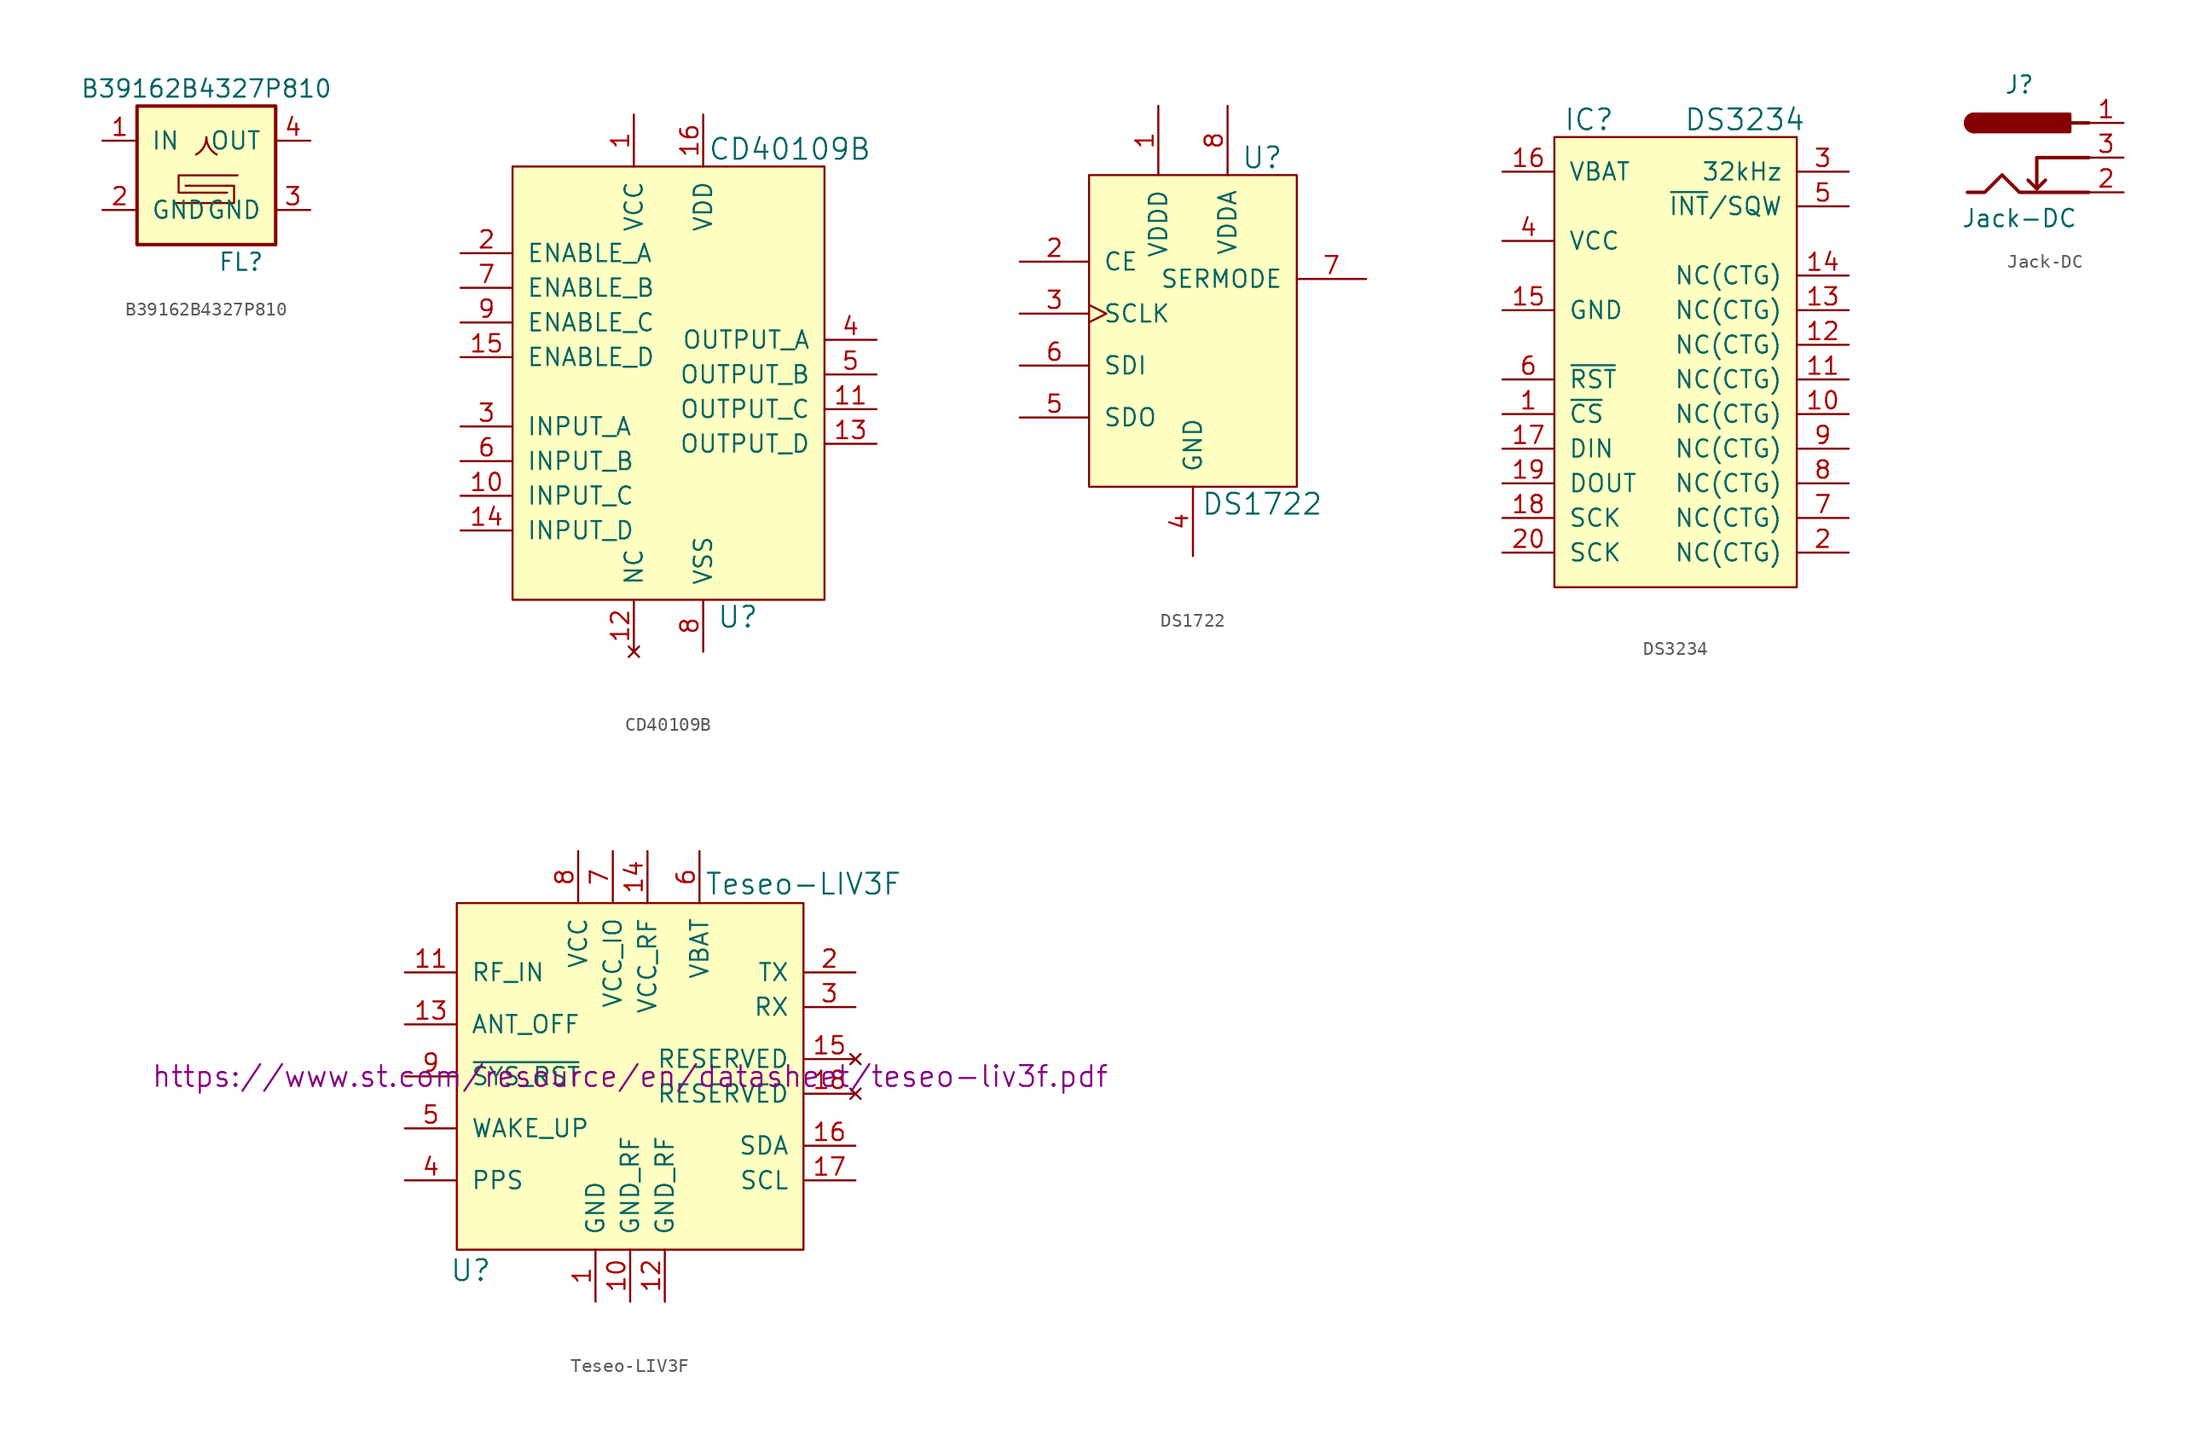
<source format=kicad_sym>
(kicad_symbol_lib
  (version 20231120)
  (generator "kicad_symbol_editor")
  (generator_version "8.0")
  (symbol "B39162B4327P810"
    (pin_names
      (offset 1.016))
    (property "Reference" "FL"
      (at 2.54 -6.35 0)
      (effects (font (size 1.27 1.27))))
    (property "Value" "B39162B4327P810"
      (at 0 6.35 0)
      (effects (font (size 1.27 1.27))))
    (symbol "B39162B4327P810_0_1"
      (rectangle (start -5.08 5.08) (end 5.08 -5.08) (stroke (width 0.254) (type solid)) (fill (type background)))
      (arc (start -0.762 1.524) (mid -0.1988 2.0511) (end 0 2.794) (stroke (width 0) (type solid)) (fill (type none)))
      (polyline (pts (xy -1.524 -0.762) (xy -1.27 -0.762)) (stroke (width 0) (type solid)) (fill (type none)))
      (polyline (pts (xy 1.524 -1.27) (xy -1.524 -1.27)) (stroke (width 0) (type solid)) (fill (type none)))
      (polyline (pts (xy 1.524 -0.762) (xy -1.27 -0.762)) (stroke (width 0) (type solid)) (fill (type none)))
      (polyline (pts (xy -1.524 -1.27) (xy -2.032 -1.27) (xy -2.032 0) (xy 2.286 0)) (stroke (width 0) (type solid)) (fill (type none)))
      (polyline (pts (xy 1.524 -0.762) (xy 2.032 -0.762) (xy 2.032 -2.032) (xy -2.286 -2.032)) (stroke (width 0) (type solid)) (fill (type none)))
      (arc (start 0 2.794) (mid 0.2065 2.0558) (end 0.762 1.524) (stroke (width 0) (type solid)) (fill (type none))))
    (symbol "B39162B4327P810_1_1"
      (pin passive line (at -7.62 2.54 0) (length 2.54) (name "IN" (effects (font (size 1.27 1.27)))) (number "1" (effects (font (size 1.27 1.27)))))
      (pin passive line (at -7.62 -2.54 0) (length 2.54) (name "GND" (effects (font (size 1.27 1.27)))) (number "2" (effects (font (size 1.27 1.27)))))
      (pin passive line (at 7.62 -2.54 180) (length 2.54) (name "GND" (effects (font (size 1.27 1.27)))) (number "3" (effects (font (size 1.27 1.27)))))
      (pin passive line (at 7.62 2.54 180) (length 2.54) (name "OUT" (effects (font (size 1.27 1.27)))) (number "4" (effects (font (size 1.27 1.27)))))
      (pin passive line (at -7.62 -2.54 0) (length 2.54) hide (name "GND" (effects (font (size 1.27 1.27)))) (number "5" (effects (font (size 1.27 1.27)))))))
  (symbol "CD40109B"
    (pin_names
      (offset 1.016))
    (property "Reference" "U"
      (at 5.08 -16.51 0)
      (effects (font (size 1.524 1.524))))
    (property "Value" "CD40109B"
      (at 8.89 17.78 0)
      (effects (font (size 1.524 1.524))))
    (property "Footprint" ""
      (at 2.54 12.7 0)
      (effects (font (size 1.524 1.524))))
    (property "Datasheet" ""
      (at 2.54 12.7 0)
      (effects (font (size 1.524 1.524))))
    (symbol "CD40109B_0_1"
      (rectangle (start -11.43 -15.24) (end 11.43 16.51) (stroke (width 0) (type solid)) (fill (type background))))
    (symbol "CD40109B_1_1"
      (pin power_in line (at -2.54 20.32 270) (length 3.81) (name "VCC" (effects (font (size 1.27 1.27)))) (number "1" (effects (font (size 1.27 1.27)))))
      (pin input line (at -15.24 -7.62 0) (length 3.81) (name "INPUT_C" (effects (font (size 1.27 1.27)))) (number "10" (effects (font (size 1.27 1.27)))))
      (pin output line (at 15.24 -1.27 180) (length 3.81) (name "OUTPUT_C" (effects (font (size 1.27 1.27)))) (number "11" (effects (font (size 1.27 1.27)))))
      (pin no_connect line (at -2.54 -19.05 90) (length 3.81) (name "NC" (effects (font (size 1.27 1.27)))) (number "12" (effects (font (size 1.27 1.27)))))
      (pin output line (at 15.24 -3.81 180) (length 3.81) (name "OUTPUT_D" (effects (font (size 1.27 1.27)))) (number "13" (effects (font (size 1.27 1.27)))))
      (pin input line (at -15.24 -10.16 0) (length 3.81) (name "INPUT_D" (effects (font (size 1.27 1.27)))) (number "14" (effects (font (size 1.27 1.27)))))
      (pin input line (at -15.24 2.54 0) (length 3.81) (name "ENABLE_D" (effects (font (size 1.27 1.27)))) (number "15" (effects (font (size 1.27 1.27)))))
      (pin power_in line (at 2.54 20.32 270) (length 3.81) (name "VDD" (effects (font (size 1.27 1.27)))) (number "16" (effects (font (size 1.27 1.27)))))
      (pin input line (at -15.24 10.16 0) (length 3.81) (name "ENABLE_A" (effects (font (size 1.27 1.27)))) (number "2" (effects (font (size 1.27 1.27)))))
      (pin input line (at -15.24 -2.54 0) (length 3.81) (name "INPUT_A" (effects (font (size 1.27 1.27)))) (number "3" (effects (font (size 1.27 1.27)))))
      (pin output line (at 15.24 3.81 180) (length 3.81) (name "OUTPUT_A" (effects (font (size 1.27 1.27)))) (number "4" (effects (font (size 1.27 1.27)))))
      (pin output line (at 15.24 1.27 180) (length 3.81) (name "OUTPUT_B" (effects (font (size 1.27 1.27)))) (number "5" (effects (font (size 1.27 1.27)))))
      (pin input line (at -15.24 -5.08 0) (length 3.81) (name "INPUT_B" (effects (font (size 1.27 1.27)))) (number "6" (effects (font (size 1.27 1.27)))))
      (pin input line (at -15.24 7.62 0) (length 3.81) (name "ENABLE_B" (effects (font (size 1.27 1.27)))) (number "7" (effects (font (size 1.27 1.27)))))
      (pin power_in line (at 2.54 -19.05 90) (length 3.81) (name "VSS" (effects (font (size 1.27 1.27)))) (number "8" (effects (font (size 1.27 1.27)))))
      (pin input line (at -15.24 5.08 0) (length 3.81) (name "ENABLE_C" (effects (font (size 1.27 1.27)))) (number "9" (effects (font (size 1.27 1.27)))))))
  (symbol "DS1722"
    (pin_names
      (offset 1.016))
    (property "Reference" "U"
      (at 5.08 15.24 0)
      (effects (font (size 1.524 1.524))))
    (property "Value" "DS1722"
      (at 5.08 -10.16 0)
      (effects (font (size 1.524 1.524))))
    (symbol "DS1722_0_1"
      (rectangle (start -7.62 -8.89) (end 7.62 13.97) (stroke (width 0) (type solid)) (fill (type background))))
    (symbol "DS1722_1_1"
      (pin power_in line (at -2.54 19.05 270) (length 5.08) (name "VDDD" (effects (font (size 1.27 1.27)))) (number "1" (effects (font (size 1.27 1.27)))))
      (pin input line (at -12.7 7.62 0) (length 5.08) (name "CE" (effects (font (size 1.27 1.27)))) (number "2" (effects (font (size 1.27 1.27)))))
      (pin input clock (at -12.7 3.81 0) (length 5.08) (name "SCLK" (effects (font (size 1.27 1.27)))) (number "3" (effects (font (size 1.27 1.27)))))
      (pin power_in line (at 0 -13.97 90) (length 5.08) (name "GND" (effects (font (size 1.27 1.27)))) (number "4" (effects (font (size 1.27 1.27)))))
      (pin output line (at -12.7 -3.81 0) (length 5.08) (name "SDO" (effects (font (size 1.27 1.27)))) (number "5" (effects (font (size 1.27 1.27)))))
      (pin input line (at -12.7 0 0) (length 5.08) (name "SDI" (effects (font (size 1.27 1.27)))) (number "6" (effects (font (size 1.27 1.27)))))
      (pin input line (at 12.7 6.35 180) (length 5.08) (name "SERMODE" (effects (font (size 1.27 1.27)))) (number "7" (effects (font (size 1.27 1.27)))))
      (pin power_in line (at 2.54 19.05 270) (length 5.08) (name "VDDA" (effects (font (size 1.27 1.27)))) (number "8" (effects (font (size 1.27 1.27)))))))
  (symbol "DS3234"
    (pin_names
      (offset 1.016))
    (property "Reference" "IC"
      (at -6.35 17.78 0)
      (effects (font (size 1.524 1.524))))
    (property "Value" "DS3234"
      (at 5.08 17.78 0)
      (effects (font (size 1.524 1.524))))
    (property "Footprint" ""
      (at 0 0 0)
      (effects (font (size 1.524 1.524))))
    (property "Datasheet" ""
      (at 0 0 0)
      (effects (font (size 1.524 1.524))))
    (symbol "DS3234_0_1"
      (rectangle (start -8.89 16.51) (end 8.89 -16.51) (stroke (width 0) (type solid)) (fill (type background))))
    (symbol "DS3234_1_1"
      (pin input line (at -12.7 -3.81 0) (length 3.81) (name "~{CS}" (effects (font (size 1.27 1.27)))) (number "1" (effects (font (size 1.27 1.27)))))
      (pin passive line (at 12.7 -3.81 180) (length 3.81) (name "NC(CTG)" (effects (font (size 1.27 1.27)))) (number "10" (effects (font (size 1.27 1.27)))))
      (pin passive line (at 12.7 -1.27 180) (length 3.81) (name "NC(CTG)" (effects (font (size 1.27 1.27)))) (number "11" (effects (font (size 1.27 1.27)))))
      (pin passive line (at 12.7 1.27 180) (length 3.81) (name "NC(CTG)" (effects (font (size 1.27 1.27)))) (number "12" (effects (font (size 1.27 1.27)))))
      (pin passive line (at 12.7 3.81 180) (length 3.81) (name "NC(CTG)" (effects (font (size 1.27 1.27)))) (number "13" (effects (font (size 1.27 1.27)))))
      (pin passive line (at 12.7 6.35 180) (length 3.81) (name "NC(CTG)" (effects (font (size 1.27 1.27)))) (number "14" (effects (font (size 1.27 1.27)))))
      (pin power_in line (at -12.7 3.81 0) (length 3.81) (name "GND" (effects (font (size 1.27 1.27)))) (number "15" (effects (font (size 1.27 1.27)))))
      (pin power_in line (at -12.7 13.97 0) (length 3.81) (name "VBAT" (effects (font (size 1.27 1.27)))) (number "16" (effects (font (size 1.27 1.27)))))
      (pin input line (at -12.7 -6.35 0) (length 3.81) (name "DIN" (effects (font (size 1.27 1.27)))) (number "17" (effects (font (size 1.27 1.27)))))
      (pin input line (at -12.7 -11.43 0) (length 3.81) (name "SCK" (effects (font (size 1.27 1.27)))) (number "18" (effects (font (size 1.27 1.27)))))
      (pin output line (at -12.7 -8.89 0) (length 3.81) (name "DOUT" (effects (font (size 1.27 1.27)))) (number "19" (effects (font (size 1.27 1.27)))))
      (pin passive line (at 12.7 -13.97 180) (length 3.81) (name "NC(CTG)" (effects (font (size 1.27 1.27)))) (number "2" (effects (font (size 1.27 1.27)))))
      (pin input line (at -12.7 -13.97 0) (length 3.81) (name "SCK" (effects (font (size 1.27 1.27)))) (number "20" (effects (font (size 1.27 1.27)))))
      (pin output line (at 12.7 13.97 180) (length 3.81) (name "32kHz" (effects (font (size 1.27 1.27)))) (number "3" (effects (font (size 1.27 1.27)))))
      (pin power_in line (at -12.7 8.89 0) (length 3.81) (name "VCC" (effects (font (size 1.27 1.27)))) (number "4" (effects (font (size 1.27 1.27)))))
      (pin output line (at 12.7 11.43 180) (length 3.81) (name "~{INT}/SQW" (effects (font (size 1.27 1.27)))) (number "5" (effects (font (size 1.27 1.27)))))
      (pin bidirectional line (at -12.7 -1.27 0) (length 3.81) (name "~{RST}" (effects (font (size 1.27 1.27)))) (number "6" (effects (font (size 1.27 1.27)))))
      (pin passive line (at 12.7 -11.43 180) (length 3.81) (name "NC(CTG)" (effects (font (size 1.27 1.27)))) (number "7" (effects (font (size 1.27 1.27)))))
      (pin passive line (at 12.7 -8.89 180) (length 3.81) (name "NC(CTG)" (effects (font (size 1.27 1.27)))) (number "8" (effects (font (size 1.27 1.27)))))
      (pin passive line (at 12.7 -6.35 180) (length 3.81) (name "NC(CTG)" (effects (font (size 1.27 1.27)))) (number "9" (effects (font (size 1.27 1.27)))))))
  (symbol "Jack-DC"
    (pin_names
      (offset 1.016))
    (property "Reference" "J"
      (at 0 5.334 0)
      (effects (font (size 1.27 1.27))))
    (property "Value" "Jack-DC"
      (at 0 -4.445 0)
      (effects (font (size 1.27 1.27))))
    (symbol "Jack-DC_0_1"
      (arc (start -3.302 3.175) (mid -3.937 2.54) (end -3.302 1.905) (stroke (width 0.254) (type solid)) (fill (type none)))
      (arc (start -3.302 3.175) (mid -3.937 2.54) (end -3.302 1.905) (stroke (width 0.254) (type solid)) (fill (type outline)))
      (polyline (pts (xy 1.27 -2.286) (xy 1.905 -1.651)) (stroke (width 0.254) (type solid)) (fill (type none)))
      (polyline (pts (xy 5.08 2.54) (xy 3.81 2.54)) (stroke (width 0.254) (type solid)) (fill (type none)))
      (polyline (pts (xy 5.08 0) (xy 1.27 0) (xy 1.27 -2.286) (xy 0.635 -1.651)) (stroke (width 0.254) (type solid)) (fill (type none)))
      (polyline (pts (xy -3.81 -2.54) (xy -2.54 -2.54) (xy -1.27 -1.27) (xy 0 -2.54) (xy 2.54 -2.54) (xy 5.08 -2.54)) (stroke (width 0.254) (type solid)) (fill (type none)))
      (rectangle (start 3.683 3.175) (end -3.302 1.905) (stroke (width 0.254) (type solid)) (fill (type outline))))
    (symbol "Jack-DC_1_1"
      (pin passive line (at 7.62 2.54 180) (length 2.54) (name "~" (effects (font (size 1.27 1.27)))) (number "1" (effects (font (size 1.27 1.27)))))
      (pin passive line (at 7.62 -2.54 180) (length 2.54) (name "~" (effects (font (size 1.27 1.27)))) (number "2" (effects (font (size 1.27 1.27)))))
      (pin passive line (at 7.62 0 180) (length 2.54) (name "~" (effects (font (size 1.27 1.27)))) (number "3" (effects (font (size 1.27 1.27)))))))
  (symbol "Teseo-LIV3F"
    (pin_names
      (offset 1.016))
    (property "Reference" "U"
      (at -11.684 -14.224 0)
      (effects (font (size 1.524 1.524))))
    (property "Value" "Teseo-LIV3F"
      (at 12.7 14.097 0)
      (effects (font (size 1.524 1.524))))
    (property "Footprint" ""
      (at 0 0 0)
      (effects (font (size 1.524 1.524))))
    (property "Datasheet" "https://www.st.com/resource/en/datasheet/teseo-liv3f.pdf"
      (at 0 0 0)
      (effects (font (size 1.524 1.524))))
    (symbol "Teseo-LIV3F_0_1"
      (rectangle (start -12.7 12.7) (end 12.7 -12.7) (stroke (width 0) (type solid)) (fill (type background))))
    (symbol "Teseo-LIV3F_1_1"
      (pin power_in line (at -2.54 -16.51 90) (length 3.81) (name "GND" (effects (font (size 1.27 1.27)))) (number "1" (effects (font (size 1.27 1.27)))))
      (pin power_in line (at 0 -16.51 90) (length 3.81) (name "GND_RF" (effects (font (size 1.27 1.27)))) (number "10" (effects (font (size 1.27 1.27)))))
      (pin input line (at -16.51 7.62 0) (length 3.81) (name "RF_IN" (effects (font (size 1.27 1.27)))) (number "11" (effects (font (size 1.27 1.27)))))
      (pin power_in line (at 2.54 -16.51 90) (length 3.81) (name "GND_RF" (effects (font (size 1.27 1.27)))) (number "12" (effects (font (size 1.27 1.27)))))
      (pin output line (at -16.51 3.81 0) (length 3.81) (name "ANT_OFF" (effects (font (size 1.27 1.27)))) (number "13" (effects (font (size 1.27 1.27)))))
      (pin power_in line (at 1.27 16.51 270) (length 3.81) (name "VCC_RF" (effects (font (size 1.27 1.27)))) (number "14" (effects (font (size 1.27 1.27)))))
      (pin no_connect line (at 16.51 1.27 180) (length 3.81) (name "RESERVED" (effects (font (size 1.27 1.27)))) (number "15" (effects (font (size 1.27 1.27)))))
      (pin bidirectional line (at 16.51 -5.08 180) (length 3.81) (name "SDA" (effects (font (size 1.27 1.27)))) (number "16" (effects (font (size 1.27 1.27)))))
      (pin bidirectional line (at 16.51 -7.62 180) (length 3.81) (name "SCL" (effects (font (size 1.27 1.27)))) (number "17" (effects (font (size 1.27 1.27)))))
      (pin no_connect line (at 16.51 -1.27 180) (length 3.81) (name "RESERVED" (effects (font (size 1.27 1.27)))) (number "18" (effects (font (size 1.27 1.27)))))
      (pin output line (at 16.51 7.62 180) (length 3.81) (name "TX" (effects (font (size 1.27 1.27)))) (number "2" (effects (font (size 1.27 1.27)))))
      (pin input line (at 16.51 5.08 180) (length 3.81) (name "RX" (effects (font (size 1.27 1.27)))) (number "3" (effects (font (size 1.27 1.27)))))
      (pin output line (at -16.51 -7.62 0) (length 3.81) (name "PPS" (effects (font (size 1.27 1.27)))) (number "4" (effects (font (size 1.27 1.27)))))
      (pin input line (at -16.51 -3.81 0) (length 3.81) (name "WAKE_UP" (effects (font (size 1.27 1.27)))) (number "5" (effects (font (size 1.27 1.27)))))
      (pin power_in line (at 5.08 16.51 270) (length 3.81) (name "VBAT" (effects (font (size 1.27 1.27)))) (number "6" (effects (font (size 1.27 1.27)))))
      (pin power_in line (at -1.27 16.51 270) (length 3.81) (name "VCC_IO" (effects (font (size 1.27 1.27)))) (number "7" (effects (font (size 1.27 1.27)))))
      (pin power_in line (at -3.81 16.51 270) (length 3.81) (name "VCC" (effects (font (size 1.27 1.27)))) (number "8" (effects (font (size 1.27 1.27)))))
      (pin input line (at -16.51 0 0) (length 3.81) (name "~{SYS_RST}" (effects (font (size 1.27 1.27)))) (number "9" (effects (font (size 1.27 1.27))))))))
</source>
